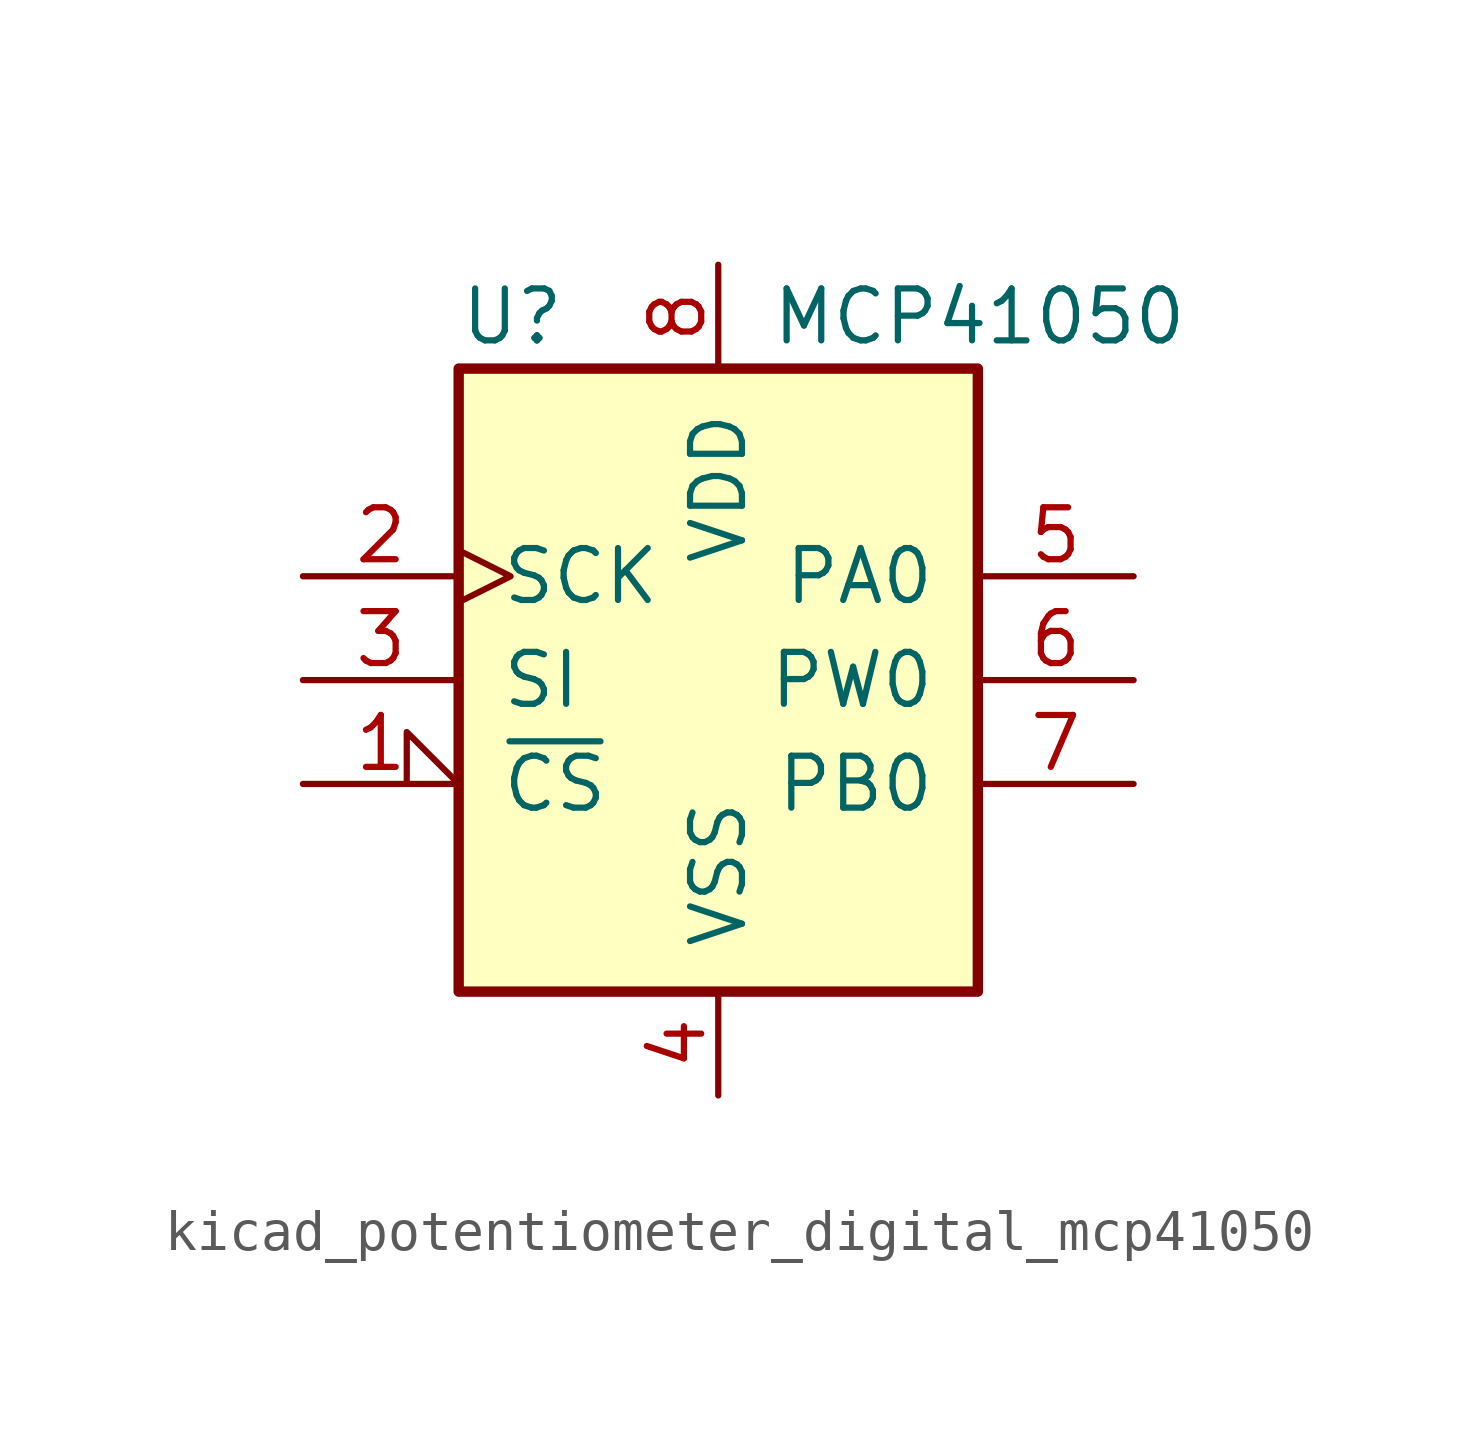
<source format=kicad_sym>
(kicad_symbol_lib
  (version 20220914)
  (generator kicad_symbol_editor)
  (symbol "kicad_potentiometer_digital_mcp41050"
    (pin_names
      (offset 1.016))
    (property "Reference" "U"
      (at -6.35 8.89 0)
      (effects (font (size 1.27 1.27)) (justify left)))
    (property "Value" "MCP41050"
      (at 1.27 8.89 0)
      (effects (font (size 1.27 1.27)) (justify left)))
    (symbol "kicad_potentiometer_digital_mcp41050_0_1"
      (rectangle (start -6.35 7.62) (end 6.35 -7.62) (stroke (width 0.254) (type default)) (fill (type background))))
    (symbol "kicad_potentiometer_digital_mcp41050_1_1"
      (pin input input_low (at -10.16 -2.54 0) (length 3.81) (name "~{CS}" (effects (font (size 1.27 1.27)))) (number "1" (effects (font (size 1.27 1.27)))))
      (pin passive clock (at -10.16 2.54 0) (length 3.81) (name "SCK" (effects (font (size 1.27 1.27)))) (number "2" (effects (font (size 1.27 1.27)))))
      (pin input line (at -10.16 0 0) (length 3.81) (name "SI" (effects (font (size 1.27 1.27)))) (number "3" (effects (font (size 1.27 1.27)))))
      (pin power_in line (at 0 -10.16 90) (length 2.54) (name "VSS" (effects (font (size 1.27 1.27)))) (number "4" (effects (font (size 1.27 1.27)))))
      (pin passive line (at 10.16 2.54 180) (length 3.81) (name "PA0" (effects (font (size 1.27 1.27)))) (number "5" (effects (font (size 1.27 1.27)))))
      (pin passive line (at 10.16 0 180) (length 3.81) (name "PW0" (effects (font (size 1.27 1.27)))) (number "6" (effects (font (size 1.27 1.27)))))
      (pin passive line (at 10.16 -2.54 180) (length 3.81) (name "PB0" (effects (font (size 1.27 1.27)))) (number "7" (effects (font (size 1.27 1.27)))))
      (pin power_in line (at 0 10.16 270) (length 2.54) (name "VDD" (effects (font (size 1.27 1.27)))) (number "8" (effects (font (size 1.27 1.27))))))))
</source>
